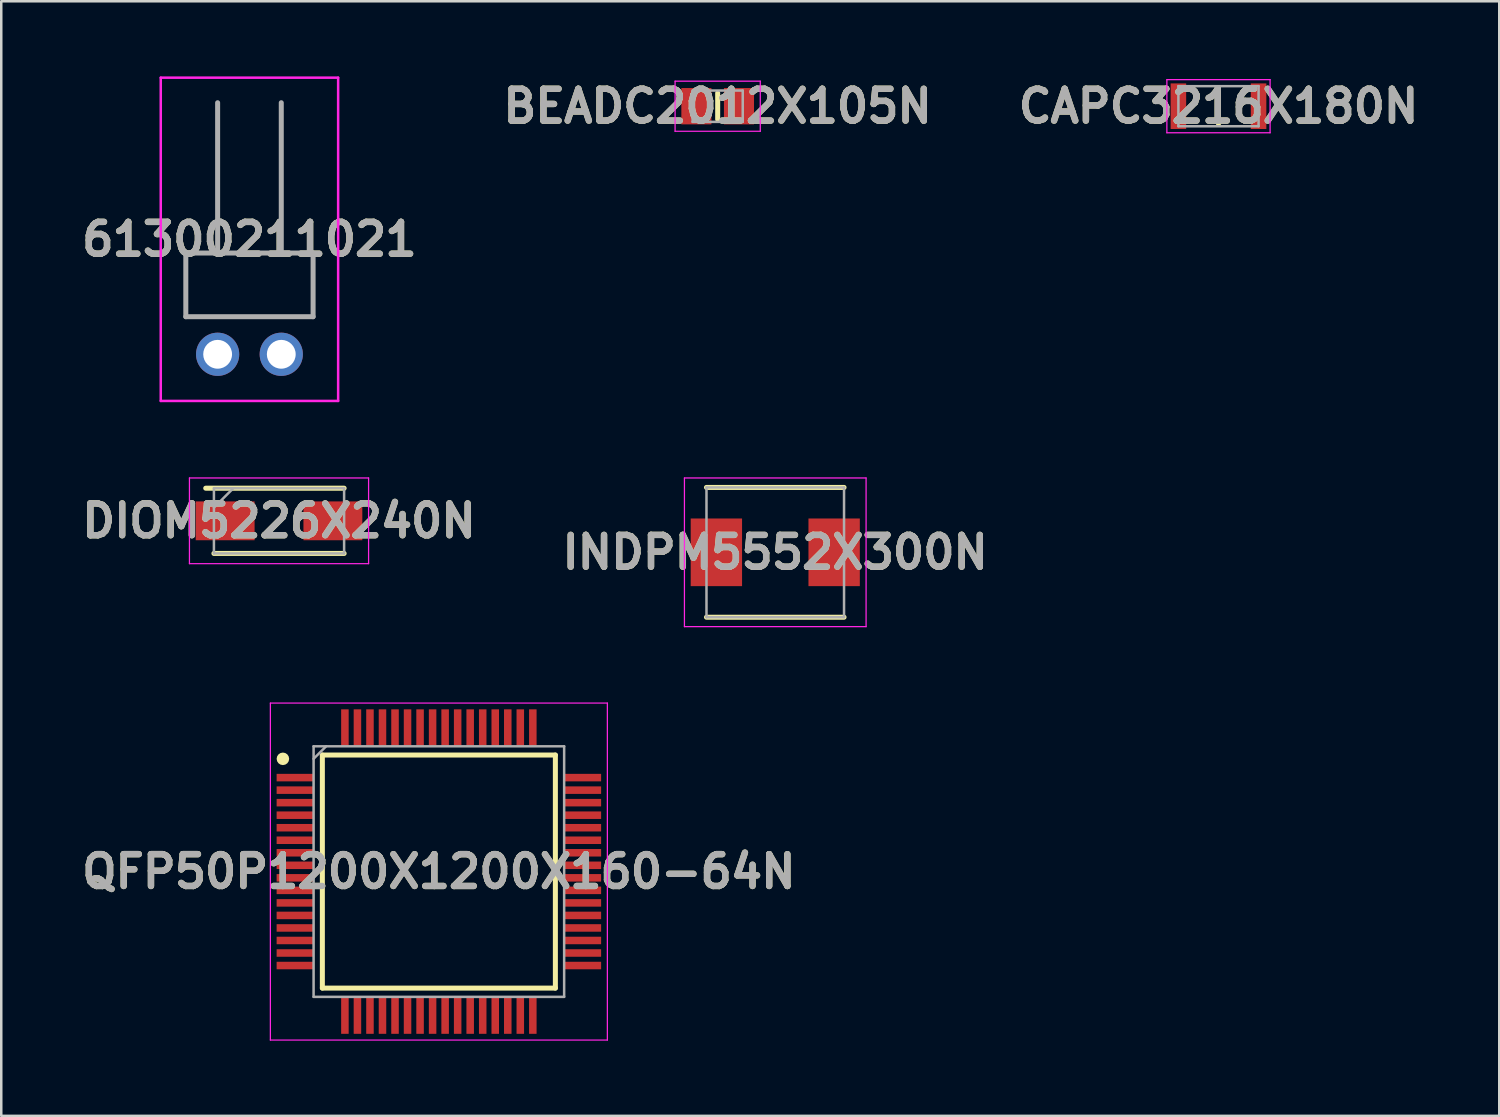
<source format=kicad_pcb>
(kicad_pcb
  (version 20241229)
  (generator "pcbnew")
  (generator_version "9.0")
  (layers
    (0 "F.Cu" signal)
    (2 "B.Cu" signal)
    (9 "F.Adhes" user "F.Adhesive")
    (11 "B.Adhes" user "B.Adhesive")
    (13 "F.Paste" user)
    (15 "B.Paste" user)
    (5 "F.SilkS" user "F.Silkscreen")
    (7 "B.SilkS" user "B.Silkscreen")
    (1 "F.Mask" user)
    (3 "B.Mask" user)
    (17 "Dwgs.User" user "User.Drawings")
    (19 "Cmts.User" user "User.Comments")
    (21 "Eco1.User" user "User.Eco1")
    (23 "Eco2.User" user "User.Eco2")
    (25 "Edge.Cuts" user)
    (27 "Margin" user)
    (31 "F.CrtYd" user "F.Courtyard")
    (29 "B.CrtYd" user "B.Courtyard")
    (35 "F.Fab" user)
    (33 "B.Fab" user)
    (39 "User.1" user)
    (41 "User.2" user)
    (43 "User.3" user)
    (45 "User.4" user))
  (footprint "INDPM5552X300N"
    (layer "F.Cu")
    (at 27.892 18.994)
    (property "Reference" "INDPM5552X300N" (at 0 0 0) (layer "F.SilkS") (effects (font (size 1.27 1.27) (thickness 0.254))))
    (attr smd)
    (fp_line (start -2.745 2.59) (end 2.745 2.59) (stroke (width 0.2) (type solid)) (layer "F.SilkS"))
    (fp_line (start 2.745 -2.59) (end -2.745 -2.59) (stroke (width 0.2) (type solid)) (layer "F.SilkS"))
    (fp_line (start -3.625 -2.967) (end 3.625 -2.967) (stroke (width 0.05) (type solid)) (layer "F.CrtYd"))
    (fp_line (start -3.625 2.967) (end -3.625 -2.967) (stroke (width 0.05) (type solid)) (layer "F.CrtYd"))
    (fp_line (start 3.625 -2.967) (end 3.625 2.967) (stroke (width 0.05) (type solid)) (layer "F.CrtYd"))
    (fp_line (start 3.625 2.967) (end -3.625 2.967) (stroke (width 0.05) (type solid)) (layer "F.CrtYd"))
    (fp_line (start -2.745 -2.59) (end 2.745 -2.59) (stroke (width 0.1) (type solid)) (layer "F.Fab"))
    (fp_line (start -2.745 2.59) (end -2.745 -2.59) (stroke (width 0.1) (type solid)) (layer "F.Fab"))
    (fp_line (start 2.745 -2.59) (end 2.745 2.59) (stroke (width 0.1) (type solid)) (layer "F.Fab"))
    (fp_line (start 2.745 2.59) (end -2.745 2.59) (stroke (width 0.1) (type solid)) (layer "F.Fab"))
    (fp_text user "${REFERENCE}" (at 0 0 0) (layer "F.Fab") (effects (font (size 1.27 1.27) (thickness 0.254))))
    (pad "1" smd rect (at -2.35 0) (size 2.05 2.7) (layers "F.Cu" "F.Mask" "F.Paste"))
    (pad "2" smd rect (at 2.35 0) (size 2.05 2.7) (layers "F.Cu" "F.Mask" "F.Paste")))
  (footprint "CAPC3216X180N"
    (layer "F.Cu")
    (at 45.582 1.189)
    (property "Reference" "CAPC3216X180N" (at 0 0 0) (layer "F.SilkS") (effects (font (size 1.27 1.27) (thickness 0.254))))
    (attr smd)
    (fp_line (start 0 -0.7) (end 0 0.7) (stroke (width 0.2) (type solid)) (layer "F.SilkS"))
    (fp_line (start -2.06 -1.06) (end 2.06 -1.06) (stroke (width 0.05) (type solid)) (layer "F.CrtYd"))
    (fp_line (start -2.06 1.06) (end -2.06 -1.06) (stroke (width 0.05) (type solid)) (layer "F.CrtYd"))
    (fp_line (start 2.06 -1.06) (end 2.06 1.06) (stroke (width 0.05) (type solid)) (layer "F.CrtYd"))
    (fp_line (start 2.06 1.06) (end -2.06 1.06) (stroke (width 0.05) (type solid)) (layer "F.CrtYd"))
    (fp_line (start -1.6 -0.8) (end 1.6 -0.8) (stroke (width 0.1) (type solid)) (layer "F.Fab"))
    (fp_line (start -1.6 0.8) (end -1.6 -0.8) (stroke (width 0.1) (type solid)) (layer "F.Fab"))
    (fp_line (start 1.6 -0.8) (end 1.6 0.8) (stroke (width 0.1) (type solid)) (layer "F.Fab"))
    (fp_line (start 1.6 0.8) (end -1.6 0.8) (stroke (width 0.1) (type solid)) (layer "F.Fab"))
    (fp_text user "${REFERENCE}" (at 0 0 0) (layer "F.Fab") (effects (font (size 1.27 1.27) (thickness 0.254))))
    (pad "1" smd rect (at -1.6 0) (size 0.62 1.82) (layers "F.Cu" "F.Mask" "F.Paste"))
    (pad "2" smd rect (at 1.6 0) (size 0.62 1.82) (layers "F.Cu" "F.Mask" "F.Paste")))
  (footprint "61300211021"
    (layer "F.Cu")
    (at 6.906 6.501)
    (property "Reference" "61300211021" (at 0 0 0) (layer "F.SilkS") (effects (font (size 1.27 1.27) (thickness 0.254))))
    (attr through_hole)
    (fp_line (start -2.54 0.549) (end 2.54 0.549) (stroke (width 0.1) (type solid)) (layer "F.SilkS"))
    (fp_line (start -2.54 3.089) (end -2.54 0.549) (stroke (width 0.1) (type solid)) (layer "F.SilkS"))
    (fp_line (start -1.27 0.549) (end -1.27 -5.451) (stroke (width 0.1) (type solid)) (layer "F.SilkS"))
    (fp_line (start 1.27 0.549) (end 1.27 -5.451) (stroke (width 0.1) (type solid)) (layer "F.SilkS"))
    (fp_line (start 2.54 0.549) (end 2.54 3.089) (stroke (width 0.1) (type solid)) (layer "F.SilkS"))
    (fp_line (start 2.54 3.089) (end -2.54 3.089) (stroke (width 0.1) (type solid)) (layer "F.SilkS"))
    (fp_line (start -3.54 -6.451) (end 3.54 -6.451) (stroke (width 0.1) (type solid)) (layer "F.CrtYd"))
    (fp_line (start -3.54 6.451) (end -3.54 -6.451) (stroke (width 0.1) (type solid)) (layer "F.CrtYd"))
    (fp_line (start 3.54 -6.451) (end 3.54 6.451) (stroke (width 0.1) (type solid)) (layer "F.CrtYd"))
    (fp_line (start 3.54 6.451) (end -3.54 6.451) (stroke (width 0.1) (type solid)) (layer "F.CrtYd"))
    (fp_line (start -2.54 0.549) (end 2.54 0.549) (stroke (width 0.2) (type solid)) (layer "F.Fab"))
    (fp_line (start -2.54 3.089) (end -2.54 0.549) (stroke (width 0.2) (type solid)) (layer "F.Fab"))
    (fp_line (start -1.27 0.549) (end -1.27 -5.451) (stroke (width 0.2) (type solid)) (layer "F.Fab"))
    (fp_line (start 1.27 0.549) (end 1.27 -5.451) (stroke (width 0.2) (type solid)) (layer "F.Fab"))
    (fp_line (start 2.54 0.549) (end 2.54 3.089) (stroke (width 0.2) (type solid)) (layer "F.Fab"))
    (fp_line (start 2.54 3.089) (end -2.54 3.089) (stroke (width 0.2) (type solid)) (layer "F.Fab"))
    (fp_text user "${REFERENCE}" (at 0 0 0) (layer "F.Fab") (effects (font (size 1.27 1.27) (thickness 0.254))))
    (pad "1" thru_hole circle (at -1.27 4.589) (size 1.725 1.725) (drill 1.15) (layers "*.Cu" "*.Mask"))
    (pad "2" thru_hole circle (at 1.27 4.589) (size 1.725 1.725) (drill 1.15) (layers "*.Cu" "*.Mask")))
  (footprint "BEADC2012X105N"
    (layer "F.Cu")
    (at 25.594 1.189)
    (property "Reference" "BEADC2012X105N" (at 0 0 0) (layer "F.SilkS") (effects (font (size 1.27 1.27) (thickness 0.254))))
    (attr smd)
    (fp_line (start 0 -0.525) (end 0 0.525) (stroke (width 0.2) (type solid)) (layer "F.SilkS"))
    (fp_line (start -1.7 -1) (end 1.7 -1) (stroke (width 0.05) (type solid)) (layer "F.CrtYd"))
    (fp_line (start -1.7 1) (end -1.7 -1) (stroke (width 0.05) (type solid)) (layer "F.CrtYd"))
    (fp_line (start 1.7 -1) (end 1.7 1) (stroke (width 0.05) (type solid)) (layer "F.CrtYd"))
    (fp_line (start 1.7 1) (end -1.7 1) (stroke (width 0.05) (type solid)) (layer "F.CrtYd"))
    (fp_line (start -1 -0.625) (end 1 -0.625) (stroke (width 0.1) (type solid)) (layer "F.Fab"))
    (fp_line (start -1 0.625) (end -1 -0.625) (stroke (width 0.1) (type solid)) (layer "F.Fab"))
    (fp_line (start 1 -0.625) (end 1 0.625) (stroke (width 0.1) (type solid)) (layer "F.Fab"))
    (fp_line (start 1 0.625) (end -1 0.625) (stroke (width 0.1) (type solid)) (layer "F.Fab"))
    (fp_text user "${REFERENCE}" (at 0 0 0) (layer "F.Fab") (effects (font (size 1.27 1.27) (thickness 0.254))))
    (pad "1" smd rect (at -0.85 0) (size 1.2 1.45) (layers "F.Cu" "F.Mask" "F.Paste"))
    (pad "2" smd rect (at 0.85 0) (size 1.2 1.45) (layers "F.Cu" "F.Mask" "F.Paste")))
  (footprint "QFP50P1200X1200X160-64N"
    (layer "F.Cu")
    (at 14.466 31.736)
    (property "Reference" "QFP50P1200X1200X160-64N" (at 0 0 0) (layer "F.SilkS") (effects (font (size 1.27 1.27) (thickness 0.254))))
    (attr smd)
    (fp_line (start -4.65 -4.65) (end 4.65 -4.65) (stroke (width 0.2) (type solid)) (layer "F.SilkS"))
    (fp_line (start -4.65 4.65) (end -4.65 -4.65) (stroke (width 0.2) (type solid)) (layer "F.SilkS"))
    (fp_line (start 4.65 -4.65) (end 4.65 4.65) (stroke (width 0.2) (type solid)) (layer "F.SilkS"))
    (fp_line (start 4.65 4.65) (end -4.65 4.65) (stroke (width 0.2) (type solid)) (layer "F.SilkS"))
    (fp_circle (center -6.225 -4.5) (end -6.225 -4.375) (stroke (width 0.25) (type solid)) (fill no) (layer "F.SilkS"))
    (fp_line (start -6.725 -6.725) (end 6.725 -6.725) (stroke (width 0.05) (type solid)) (layer "F.CrtYd"))
    (fp_line (start -6.725 6.725) (end -6.725 -6.725) (stroke (width 0.05) (type solid)) (layer "F.CrtYd"))
    (fp_line (start 6.725 -6.725) (end 6.725 6.725) (stroke (width 0.05) (type solid)) (layer "F.CrtYd"))
    (fp_line (start 6.725 6.725) (end -6.725 6.725) (stroke (width 0.05) (type solid)) (layer "F.CrtYd"))
    (fp_line (start -5 -5) (end 5 -5) (stroke (width 0.1) (type solid)) (layer "F.Fab"))
    (fp_line (start -5 -4.5) (end -4.5 -5) (stroke (width 0.1) (type solid)) (layer "F.Fab"))
    (fp_line (start -5 5) (end -5 -5) (stroke (width 0.1) (type solid)) (layer "F.Fab"))
    (fp_line (start 5 -5) (end 5 5) (stroke (width 0.1) (type solid)) (layer "F.Fab"))
    (fp_line (start 5 5) (end -5 5) (stroke (width 0.1) (type solid)) (layer "F.Fab"))
    (fp_text user "${REFERENCE}" (at 0 0 0) (layer "F.Fab") (effects (font (size 1.27 1.27) (thickness 0.254))))
    (pad "1" smd rect (at -5.738 -3.75 90) (size 0.3 1.475) (layers "F.Cu" "F.Mask" "F.Paste"))
    (pad "2" smd rect (at -5.738 -3.25 90) (size 0.3 1.475) (layers "F.Cu" "F.Mask" "F.Paste"))
    (pad "3" smd rect (at -5.738 -2.75 90) (size 0.3 1.475) (layers "F.Cu" "F.Mask" "F.Paste"))
    (pad "4" smd rect (at -5.738 -2.25 90) (size 0.3 1.475) (layers "F.Cu" "F.Mask" "F.Paste"))
    (pad "5" smd rect (at -5.738 -1.75 90) (size 0.3 1.475) (layers "F.Cu" "F.Mask" "F.Paste"))
    (pad "6" smd rect (at -5.738 -1.25 90) (size 0.3 1.475) (layers "F.Cu" "F.Mask" "F.Paste"))
    (pad "7" smd rect (at -5.738 -0.75 90) (size 0.3 1.475) (layers "F.Cu" "F.Mask" "F.Paste"))
    (pad "8" smd rect (at -5.738 -0.25 90) (size 0.3 1.475) (layers "F.Cu" "F.Mask" "F.Paste"))
    (pad "9" smd rect (at -5.738 0.25 90) (size 0.3 1.475) (layers "F.Cu" "F.Mask" "F.Paste"))
    (pad "10" smd rect (at -5.738 0.75 90) (size 0.3 1.475) (layers "F.Cu" "F.Mask" "F.Paste"))
    (pad "11" smd rect (at -5.738 1.25 90) (size 0.3 1.475) (layers "F.Cu" "F.Mask" "F.Paste"))
    (pad "12" smd rect (at -5.738 1.75 90) (size 0.3 1.475) (layers "F.Cu" "F.Mask" "F.Paste"))
    (pad "13" smd rect (at -5.738 2.25 90) (size 0.3 1.475) (layers "F.Cu" "F.Mask" "F.Paste"))
    (pad "14" smd rect (at -5.738 2.75 90) (size 0.3 1.475) (layers "F.Cu" "F.Mask" "F.Paste"))
    (pad "15" smd rect (at -5.738 3.25 90) (size 0.3 1.475) (layers "F.Cu" "F.Mask" "F.Paste"))
    (pad "16" smd rect (at -5.738 3.75 90) (size 0.3 1.475) (layers "F.Cu" "F.Mask" "F.Paste"))
    (pad "17" smd rect (at -3.75 5.738) (size 0.3 1.475) (layers "F.Cu" "F.Mask" "F.Paste"))
    (pad "18" smd rect (at -3.25 5.738) (size 0.3 1.475) (layers "F.Cu" "F.Mask" "F.Paste"))
    (pad "19" smd rect (at -2.75 5.738) (size 0.3 1.475) (layers "F.Cu" "F.Mask" "F.Paste"))
    (pad "20" smd rect (at -2.25 5.738) (size 0.3 1.475) (layers "F.Cu" "F.Mask" "F.Paste"))
    (pad "21" smd rect (at -1.75 5.738) (size 0.3 1.475) (layers "F.Cu" "F.Mask" "F.Paste"))
    (pad "22" smd rect (at -1.25 5.738) (size 0.3 1.475) (layers "F.Cu" "F.Mask" "F.Paste"))
    (pad "23" smd rect (at -0.75 5.738) (size 0.3 1.475) (layers "F.Cu" "F.Mask" "F.Paste"))
    (pad "24" smd rect (at -0.25 5.738) (size 0.3 1.475) (layers "F.Cu" "F.Mask" "F.Paste"))
    (pad "25" smd rect (at 0.25 5.738) (size 0.3 1.475) (layers "F.Cu" "F.Mask" "F.Paste"))
    (pad "26" smd rect (at 0.75 5.738) (size 0.3 1.475) (layers "F.Cu" "F.Mask" "F.Paste"))
    (pad "27" smd rect (at 1.25 5.738) (size 0.3 1.475) (layers "F.Cu" "F.Mask" "F.Paste"))
    (pad "28" smd rect (at 1.75 5.738) (size 0.3 1.475) (layers "F.Cu" "F.Mask" "F.Paste"))
    (pad "29" smd rect (at 2.25 5.738) (size 0.3 1.475) (layers "F.Cu" "F.Mask" "F.Paste"))
    (pad "30" smd rect (at 2.75 5.738) (size 0.3 1.475) (layers "F.Cu" "F.Mask" "F.Paste"))
    (pad "31" smd rect (at 3.25 5.738) (size 0.3 1.475) (layers "F.Cu" "F.Mask" "F.Paste"))
    (pad "32" smd rect (at 3.75 5.738) (size 0.3 1.475) (layers "F.Cu" "F.Mask" "F.Paste"))
    (pad "33" smd rect (at 5.738 3.75 90) (size 0.3 1.475) (layers "F.Cu" "F.Mask" "F.Paste"))
    (pad "34" smd rect (at 5.738 3.25 90) (size 0.3 1.475) (layers "F.Cu" "F.Mask" "F.Paste"))
    (pad "35" smd rect (at 5.738 2.75 90) (size 0.3 1.475) (layers "F.Cu" "F.Mask" "F.Paste"))
    (pad "36" smd rect (at 5.738 2.25 90) (size 0.3 1.475) (layers "F.Cu" "F.Mask" "F.Paste"))
    (pad "37" smd rect (at 5.738 1.75 90) (size 0.3 1.475) (layers "F.Cu" "F.Mask" "F.Paste"))
    (pad "38" smd rect (at 5.738 1.25 90) (size 0.3 1.475) (layers "F.Cu" "F.Mask" "F.Paste"))
    (pad "39" smd rect (at 5.738 0.75 90) (size 0.3 1.475) (layers "F.Cu" "F.Mask" "F.Paste"))
    (pad "40" smd rect (at 5.738 0.25 90) (size 0.3 1.475) (layers "F.Cu" "F.Mask" "F.Paste"))
    (pad "41" smd rect (at 5.738 -0.25 90) (size 0.3 1.475) (layers "F.Cu" "F.Mask" "F.Paste"))
    (pad "42" smd rect (at 5.738 -0.75 90) (size 0.3 1.475) (layers "F.Cu" "F.Mask" "F.Paste"))
    (pad "43" smd rect (at 5.738 -1.25 90) (size 0.3 1.475) (layers "F.Cu" "F.Mask" "F.Paste"))
    (pad "44" smd rect (at 5.738 -1.75 90) (size 0.3 1.475) (layers "F.Cu" "F.Mask" "F.Paste"))
    (pad "45" smd rect (at 5.738 -2.25 90) (size 0.3 1.475) (layers "F.Cu" "F.Mask" "F.Paste"))
    (pad "46" smd rect (at 5.738 -2.75 90) (size 0.3 1.475) (layers "F.Cu" "F.Mask" "F.Paste"))
    (pad "47" smd rect (at 5.738 -3.25 90) (size 0.3 1.475) (layers "F.Cu" "F.Mask" "F.Paste"))
    (pad "48" smd rect (at 5.738 -3.75 90) (size 0.3 1.475) (layers "F.Cu" "F.Mask" "F.Paste"))
    (pad "49" smd rect (at 3.75 -5.738) (size 0.3 1.475) (layers "F.Cu" "F.Mask" "F.Paste"))
    (pad "50" smd rect (at 3.25 -5.738) (size 0.3 1.475) (layers "F.Cu" "F.Mask" "F.Paste"))
    (pad "51" smd rect (at 2.75 -5.738) (size 0.3 1.475) (layers "F.Cu" "F.Mask" "F.Paste"))
    (pad "52" smd rect (at 2.25 -5.738) (size 0.3 1.475) (layers "F.Cu" "F.Mask" "F.Paste"))
    (pad "53" smd rect (at 1.75 -5.738) (size 0.3 1.475) (layers "F.Cu" "F.Mask" "F.Paste"))
    (pad "54" smd rect (at 1.25 -5.738) (size 0.3 1.475) (layers "F.Cu" "F.Mask" "F.Paste"))
    (pad "55" smd rect (at 0.75 -5.738) (size 0.3 1.475) (layers "F.Cu" "F.Mask" "F.Paste"))
    (pad "56" smd rect (at 0.25 -5.738) (size 0.3 1.475) (layers "F.Cu" "F.Mask" "F.Paste"))
    (pad "57" smd rect (at -0.25 -5.738) (size 0.3 1.475) (layers "F.Cu" "F.Mask" "F.Paste"))
    (pad "58" smd rect (at -0.75 -5.738) (size 0.3 1.475) (layers "F.Cu" "F.Mask" "F.Paste"))
    (pad "59" smd rect (at -1.25 -5.738) (size 0.3 1.475) (layers "F.Cu" "F.Mask" "F.Paste"))
    (pad "60" smd rect (at -1.75 -5.738) (size 0.3 1.475) (layers "F.Cu" "F.Mask" "F.Paste"))
    (pad "61" smd rect (at -2.25 -5.738) (size 0.3 1.475) (layers "F.Cu" "F.Mask" "F.Paste"))
    (pad "62" smd rect (at -2.75 -5.738) (size 0.3 1.475) (layers "F.Cu" "F.Mask" "F.Paste"))
    (pad "63" smd rect (at -3.25 -5.738) (size 0.3 1.475) (layers "F.Cu" "F.Mask" "F.Paste"))
    (pad "64" smd rect (at -3.75 -5.738) (size 0.3 1.475) (layers "F.Cu" "F.Mask" "F.Paste")))
  (footprint "DIOM5226X240N"
    (layer "F.Cu")
    (at 8.086 17.737)
    (property "Reference" "DIOM5226X240N" (at 0 0 0) (layer "F.SilkS") (effects (font (size 1.27 1.27) (thickness 0.254))))
    (attr smd)
    (fp_line (start -2.598 1.302) (end 2.598 1.302) (stroke (width 0.2) (type solid)) (layer "F.SilkS"))
    (fp_line (start 2.598 -1.302) (end -2.925 -1.302) (stroke (width 0.2) (type solid)) (layer "F.SilkS"))
    (fp_line (start -3.575 -1.71) (end 3.575 -1.71) (stroke (width 0.05) (type solid)) (layer "F.CrtYd"))
    (fp_line (start -3.575 1.71) (end -3.575 -1.71) (stroke (width 0.05) (type solid)) (layer "F.CrtYd"))
    (fp_line (start 3.575 -1.71) (end 3.575 1.71) (stroke (width 0.05) (type solid)) (layer "F.CrtYd"))
    (fp_line (start 3.575 1.71) (end -3.575 1.71) (stroke (width 0.05) (type solid)) (layer "F.CrtYd"))
    (fp_line (start -2.598 -1.302) (end 2.598 -1.302) (stroke (width 0.1) (type solid)) (layer "F.Fab"))
    (fp_line (start -2.598 -0.528) (end -1.822 -1.302) (stroke (width 0.1) (type solid)) (layer "F.Fab"))
    (fp_line (start -2.598 1.302) (end -2.598 -1.302) (stroke (width 0.1) (type solid)) (layer "F.Fab"))
    (fp_line (start 2.598 -1.302) (end 2.598 1.302) (stroke (width 0.1) (type solid)) (layer "F.Fab"))
    (fp_line (start 2.598 1.302) (end -2.598 1.302) (stroke (width 0.1) (type solid)) (layer "F.Fab"))
    (fp_text user "${REFERENCE}" (at 0 0 0) (layer "F.Fab") (effects (font (size 1.27 1.27) (thickness 0.254))))
    (pad "1" smd rect (at -2.15 0 90) (size 1.55 2.35) (layers "F.Cu" "F.Mask" "F.Paste"))
    (pad "2" smd rect (at 2.15 0 90) (size 1.55 2.35) (layers "F.Cu" "F.Mask" "F.Paste")))
  (gr_rect
    (start -3 -3)
    (end 56.788 41.486)
    (stroke (width 0.1) (type default))
    (fill no)
    (layer "Edge.Cuts")))
</source>
